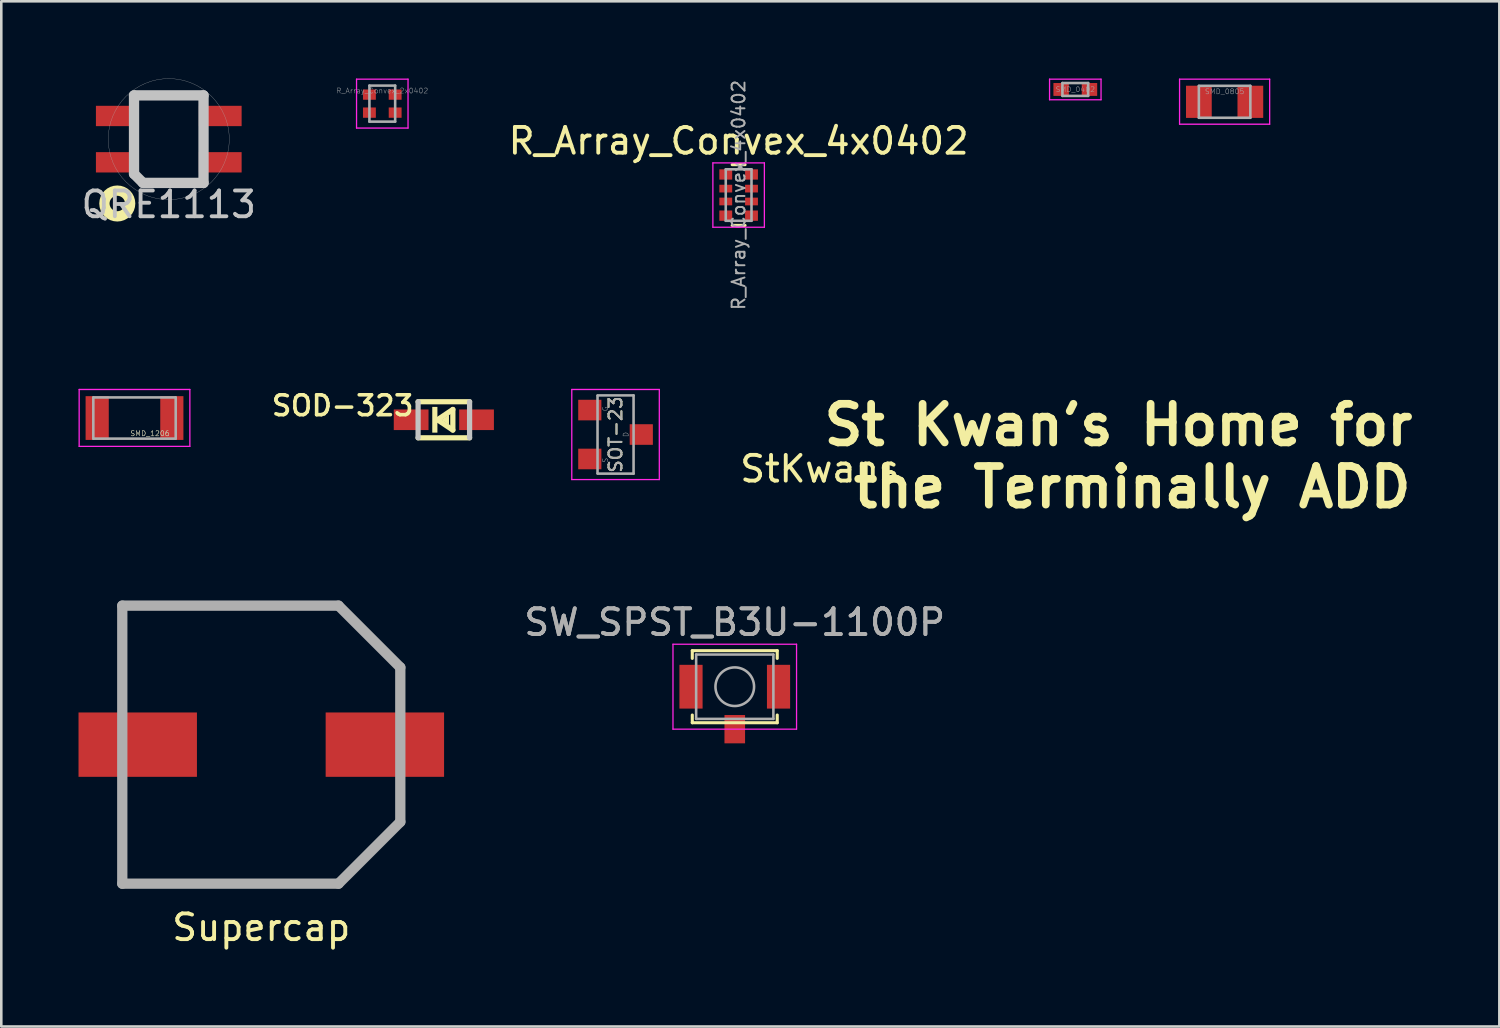
<source format=kicad_pcb>
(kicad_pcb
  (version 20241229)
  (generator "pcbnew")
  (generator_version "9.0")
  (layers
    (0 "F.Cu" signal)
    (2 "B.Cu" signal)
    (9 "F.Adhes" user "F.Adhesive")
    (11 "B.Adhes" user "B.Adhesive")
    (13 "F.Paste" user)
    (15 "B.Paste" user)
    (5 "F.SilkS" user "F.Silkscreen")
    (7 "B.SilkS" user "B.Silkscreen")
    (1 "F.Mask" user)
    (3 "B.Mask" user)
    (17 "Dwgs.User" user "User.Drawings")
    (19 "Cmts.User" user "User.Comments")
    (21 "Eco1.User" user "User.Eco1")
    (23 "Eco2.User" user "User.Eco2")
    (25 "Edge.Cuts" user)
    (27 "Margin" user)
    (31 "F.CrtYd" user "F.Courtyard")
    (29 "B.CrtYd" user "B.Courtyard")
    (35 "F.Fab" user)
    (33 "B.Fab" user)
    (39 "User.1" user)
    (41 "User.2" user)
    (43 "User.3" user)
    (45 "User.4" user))
  (footprint "SW_SPST_B3U-1100P"
    (layer "F.Cu")
    (at 25.492 23.625)
    (property "Reference" "SW_SPST_B3U-1100P" (at 0 -2.5 0) (layer "F.Fab") (effects (font (size 1 1) (thickness 0.15))))
    (attr smd)
    (fp_line (start -1.65 -1.4) (end 1.65 -1.4) (stroke (width 0.12) (type solid)) (layer "F.SilkS"))
    (fp_line (start -1.65 -1.1) (end -1.65 -1.4) (stroke (width 0.12) (type solid)) (layer "F.SilkS"))
    (fp_line (start -1.65 1.1) (end -1.65 1.4) (stroke (width 0.12) (type solid)) (layer "F.SilkS"))
    (fp_line (start -1.65 1.4) (end 1.65 1.4) (stroke (width 0.12) (type solid)) (layer "F.SilkS"))
    (fp_line (start 1.65 -1.4) (end 1.65 -1.1) (stroke (width 0.12) (type solid)) (layer "F.SilkS"))
    (fp_line (start 1.65 1.4) (end 1.65 1.1) (stroke (width 0.12) (type solid)) (layer "F.SilkS"))
    (fp_line (start -2.4 -1.65) (end -2.4 1.65) (stroke (width 0.05) (type solid)) (layer "F.CrtYd"))
    (fp_line (start -2.4 1.65) (end 2.4 1.65) (stroke (width 0.05) (type solid)) (layer "F.CrtYd"))
    (fp_line (start 2.4 -1.65) (end -2.4 -1.65) (stroke (width 0.05) (type solid)) (layer "F.CrtYd"))
    (fp_line (start 2.4 1.65) (end 2.4 -1.65) (stroke (width 0.05) (type solid)) (layer "F.CrtYd"))
    (fp_line (start -1.5 -1.25) (end 1.5 -1.25) (stroke (width 0.1) (type solid)) (layer "F.Fab"))
    (fp_line (start -1.5 1.25) (end -1.5 -1.25) (stroke (width 0.1) (type solid)) (layer "F.Fab"))
    (fp_line (start 1.5 -1.25) (end 1.5 1.25) (stroke (width 0.1) (type solid)) (layer "F.Fab"))
    (fp_line (start 1.5 1.25) (end -1.5 1.25) (stroke (width 0.1) (type solid)) (layer "F.Fab"))
    (fp_circle (center 0 0) (end 0.75 0) (stroke (width 0.1) (type solid)) (fill no) (layer "F.Fab"))
    (fp_text user "${REFERENCE}" (at 0 -2.5 0) (layer "F.Fab") (effects (font (size 1 1) (thickness 0.15))))
    (pad "1" smd rect (at -1.7 0) (size 0.9 1.7) (layers "F.Cu" "F.Mask" "F.Paste"))
    (pad "2" smd rect (at 1.7 0) (size 0.9 1.7) (layers "F.Cu" "F.Mask" "F.Paste"))
    (pad "3" smd rect (at 0 1.65) (size 0.8 1.1) (layers "F.Cu" "F.Mask" "F.Paste")))
  (footprint "StKwans"
    (layer "F.Cu")
    (at 28.806 14.665)
    (property "Reference" "StKwans" (at 0 0.5 0) (layer "F.SilkS") (effects (font (size 1 1) (thickness 0.15))))
    (attr through_hole)
    (fp_text user "St Kwan's Home for\n the Terminally ADD" (at 0 0 0) (layer "F.SilkS") (effects (font (size 1.5 1.5) (thickness 0.3)) (justify left))))
  (footprint "SMD_0805"
    (layer "F.Cu")
    (at 44.52 0.905)
    (property "Reference" "SMD_0805" (at 0 -0.4 0) (layer "F.Fab") (effects (font (size 0.2 0.2) (thickness 0.015))))
    (attr smd)
    (fp_line (start -1.75 -0.88) (end -1.75 0.87) (stroke (width 0.05) (type solid)) (layer "F.CrtYd"))
    (fp_line (start -1.75 -0.88) (end 1.75 -0.88) (stroke (width 0.05) (type solid)) (layer "F.CrtYd"))
    (fp_line (start 1.75 0.87) (end -1.75 0.87) (stroke (width 0.05) (type solid)) (layer "F.CrtYd"))
    (fp_line (start 1.75 0.87) (end 1.75 -0.88) (stroke (width 0.05) (type solid)) (layer "F.CrtYd"))
    (fp_line (start -1 -0.62) (end 1 -0.62) (stroke (width 0.1) (type solid)) (layer "F.Fab"))
    (fp_line (start -1 0.62) (end -1 -0.62) (stroke (width 0.1) (type solid)) (layer "F.Fab"))
    (fp_line (start 1 -0.62) (end 1 0.62) (stroke (width 0.1) (type solid)) (layer "F.Fab"))
    (fp_line (start 1 0.62) (end -1 0.62) (stroke (width 0.1) (type solid)) (layer "F.Fab"))
    (pad "1" smd rect (at -1 0) (size 1 1.25) (layers "F.Cu" "F.Mask" "F.Paste"))
    (pad "2" smd rect (at 1 0) (size 1 1.25) (layers "F.Cu" "F.Mask" "F.Paste")))
  (footprint "SMD_0402"
    (layer "F.Cu")
    (at 38.72 0.425)
    (property "Reference" "SMD_0402" (at 0 0 0) (layer "F.Fab") (effects (font (size 0.2 0.2) (thickness 0.015))))
    (attr smd)
    (fp_line (start -1 -0.4) (end -1 0.4) (stroke (width 0.05) (type solid)) (layer "F.CrtYd"))
    (fp_line (start -1 -0.4) (end 1 -0.4) (stroke (width 0.05) (type solid)) (layer "F.CrtYd"))
    (fp_line (start 1 0.4) (end -1 0.4) (stroke (width 0.05) (type solid)) (layer "F.CrtYd"))
    (fp_line (start 1 0.4) (end 1 -0.4) (stroke (width 0.05) (type solid)) (layer "F.CrtYd"))
    (fp_line (start -0.5 -0.25) (end 0.5 -0.25) (stroke (width 0.1) (type solid)) (layer "F.Fab"))
    (fp_line (start -0.5 0.25) (end -0.5 -0.25) (stroke (width 0.1) (type solid)) (layer "F.Fab"))
    (fp_line (start 0.5 -0.25) (end 0.5 0.25) (stroke (width 0.1) (type solid)) (layer "F.Fab"))
    (fp_line (start 0.5 0.25) (end -0.5 0.25) (stroke (width 0.1) (type solid)) (layer "F.Fab"))
    (pad "1" smd rect (at -0.55 0) (size 0.6 0.5) (layers "F.Cu" "F.Mask" "F.Paste"))
    (pad "2" smd rect (at 0.55 0) (size 0.6 0.5) (layers "F.Cu" "F.Mask" "F.Paste")))
  (footprint "SMD_1206"
    (layer "F.Cu")
    (at 2.175 13.189)
    (property "Reference" "SMD_1206" (at 0.6 0.6 0) (layer "F.SilkS") (effects (font (size 0.2 0.2) (thickness 0.015))))
    (attr smd)
    (fp_line (start -2.15 -1.11) (end -2.15 1.1) (stroke (width 0.05) (type solid)) (layer "F.CrtYd"))
    (fp_line (start -2.15 -1.11) (end 2.15 -1.11) (stroke (width 0.05) (type solid)) (layer "F.CrtYd"))
    (fp_line (start 2.15 1.1) (end -2.15 1.1) (stroke (width 0.05) (type solid)) (layer "F.CrtYd"))
    (fp_line (start 2.15 1.1) (end 2.15 -1.11) (stroke (width 0.05) (type solid)) (layer "F.CrtYd"))
    (fp_line (start -1.6 -0.8) (end 1.6 -0.8) (stroke (width 0.1) (type solid)) (layer "F.Fab"))
    (fp_line (start -1.6 0.8) (end -1.6 -0.8) (stroke (width 0.1) (type solid)) (layer "F.Fab"))
    (fp_line (start 1.6 -0.8) (end 1.6 0.8) (stroke (width 0.1) (type solid)) (layer "F.Fab"))
    (fp_line (start 1.6 0.8) (end -1.6 0.8) (stroke (width 0.1) (type solid)) (layer "F.Fab"))
    (fp_text user "${REFERENCE}" (at 0.6 0.6 0) (layer "F.Fab") (effects (font (size 0.2 0.2) (thickness 0.015))))
    (pad "1" smd rect (at -1.45 0) (size 0.9 1.7) (layers "F.Cu" "F.Mask" "F.Paste"))
    (pad "2" smd rect (at 1.45 0) (size 0.9 1.7) (layers "F.Cu" "F.Mask" "F.Paste")))
  (footprint "QRE1113"
    (layer "F.Cu")
    (at 3.506 2.355)
    (property "Reference" "QRE1113" (at 0 2.54 0) (layer "Dwgs.User") (effects (font (size 1 1) (thickness 0.15))))
    (attr through_hole)
    (fp_circle (center -2 2.5) (end -1.5 2.5) (stroke (width 0.4) (type solid)) (fill no) (layer "F.SilkS"))
    (fp_line (start -1.35 -1.7) (end -1.35 1.35) (stroke (width 0.4) (type solid)) (layer "Dwgs.User"))
    (fp_line (start -1.35 -1.7) (end 1.35 -1.7) (stroke (width 0.4) (type solid)) (layer "Dwgs.User"))
    (fp_line (start -1.35 1.35) (end -1 1.7) (stroke (width 0.4) (type solid)) (layer "Dwgs.User"))
    (fp_line (start -1 1.7) (end 1.35 1.7) (stroke (width 0.4) (type solid)) (layer "Dwgs.User"))
    (fp_line (start 1.35 -1.7) (end 1.35 1.7) (stroke (width 0.4) (type solid)) (layer "Dwgs.User"))
    (fp_circle (center 0 0) (end 2.35 0) (stroke (width 0.01) (type solid)) (fill no) (layer "F.Fab"))
    (pad "1" smd rect (at -2 0.9) (size 1.66 0.79) (layers "F.Cu" "F.Mask" "F.Paste"))
    (pad "2" smd rect (at 2 0.9) (size 1.66 0.79) (layers "F.Cu" "F.Mask" "F.Paste"))
    (pad "3" smd rect (at 2 -0.9) (size 1.66 0.79) (layers "F.Cu" "F.Mask" "F.Paste"))
    (pad "4" smd rect (at -2 -0.9) (size 1.66 0.79) (layers "F.Cu" "F.Mask" "F.Paste")))
  (footprint "SOT-23"
    (layer "F.Cu")
    (at 20.861 13.829)
    (property "Reference" "SOT-23" (at 0 0 90) (layer "F.SilkS") (effects (font (size 0.5 0.5) (thickness 0.075))))
    (attr smd)
    (fp_line (start -1.7 -1.75) (end 1.7 -1.75) (stroke (width 0.05) (type solid)) (layer "F.CrtYd"))
    (fp_line (start -1.7 1.75) (end -1.7 -1.75) (stroke (width 0.05) (type solid)) (layer "F.CrtYd"))
    (fp_line (start 1.7 -1.75) (end 1.7 1.75) (stroke (width 0.05) (type solid)) (layer "F.CrtYd"))
    (fp_line (start 1.7 1.75) (end -1.7 1.75) (stroke (width 0.05) (type solid)) (layer "F.CrtYd"))
    (fp_line (start -0.7 -1.52) (end 0.7 -1.52) (stroke (width 0.1) (type solid)) (layer "F.Fab"))
    (fp_line (start -0.7 -1.5) (end -0.7 1.5) (stroke (width 0.1) (type solid)) (layer "F.Fab"))
    (fp_line (start -0.7 1.52) (end 0.7 1.52) (stroke (width 0.1) (type solid)) (layer "F.Fab"))
    (fp_line (start 0.7 -1.52) (end 0.7 1.52) (stroke (width 0.1) (type solid)) (layer "F.Fab"))
    (fp_text user "${REFERENCE}" (at 0 0 90) (layer "F.Fab") (effects (font (size 0.5 0.5) (thickness 0.075))))
    (fp_text user "D" (at 0.4 0 90) (layer "F.Fab") (effects (font (size 0.2 0.2) (thickness 0.015))))
    (fp_text user "S" (at -0.4 1 90) (layer "F.Fab") (effects (font (size 0.2 0.2) (thickness 0.015))))
    (fp_text user "G" (at -0.4 -1 90) (layer "F.Fab") (effects (font (size 0.2 0.2) (thickness 0.015))))
    (pad "1" smd rect (at -1 -0.95) (size 0.9 0.8) (layers "F.Cu" "F.Mask" "F.Paste"))
    (pad "2" smd rect (at -1 0.95) (size 0.9 0.8) (layers "F.Cu" "F.Mask" "F.Paste"))
    (pad "3" smd rect (at 1 0) (size 0.9 0.8) (layers "F.Cu" "F.Mask" "F.Paste")))
  (footprint "SOD-323"
    (layer "F.Cu")
    (at 14.191 13.256)
    (property "Reference" "SOD-323" (at -1.1 -1 180) (layer "F.SilkS") (effects (font (size 0.772 0.772) (thickness 0.139)) (justify right top)))
    (attr through_hole)
    (fp_line (start -1 -0.7) (end 1 -0.7) (stroke (width 0.203) (type solid)) (layer "F.SilkS"))
    (fp_line (start -0.25 0) (end 0.35 -0.4) (stroke (width 0.203) (type solid)) (layer "F.SilkS"))
    (fp_line (start 0.35 -0.4) (end 0.35 0.4) (stroke (width 0.203) (type solid)) (layer "F.SilkS"))
    (fp_line (start 0.35 0.4) (end -0.25 0) (stroke (width 0.203) (type solid)) (layer "F.SilkS"))
    (fp_line (start 1 0.7) (end -1 0.7) (stroke (width 0.203) (type solid)) (layer "F.SilkS"))
    (fp_poly (pts (xy -0.1 0) (xy 0.2 -0.2) (xy 0.2 0.2)) (stroke (width 0) (type solid)) (fill yes) (layer "F.SilkS"))
    (fp_poly (pts (xy -0.45 0.5) (xy -0.25 0.5) (xy -0.25 -0.5) (xy -0.45 -0.5)) (stroke (width 0) (type solid)) (fill yes) (layer "F.SilkS"))
    (fp_line (start -1 0.7) (end -1 -0.7) (stroke (width 0.203) (type solid)) (layer "Dwgs.User"))
    (fp_line (start 1 -0.7) (end 1 0.7) (stroke (width 0.203) (type solid)) (layer "Dwgs.User"))
    (pad "1" smd rect (at -1.27 0) (size 1.35 0.8) (layers "F.Cu" "F.Mask" "F.Paste"))
    (pad "2" smd rect (at 1.27 0) (size 1.35 0.8) (layers "F.Cu" "F.Mask" "F.Paste")))
  (footprint "Supercap"
    (layer "F.Cu")
    (at 7.1 25.876)
    (property "Reference" "Supercap" (at 0 7.1 0) (layer "F.SilkS") (effects (font (size 1 1) (thickness 0.15))))
    (attr through_hole)
    (fp_line (start -5.4 -5.4) (end -5.4 5.4) (stroke (width 0.4) (type solid)) (layer "F.Fab"))
    (fp_line (start -5.4 5.4) (end 3 5.4) (stroke (width 0.4) (type solid)) (layer "F.Fab"))
    (fp_line (start 3 -5.4) (end -5.4 -5.4) (stroke (width 0.4) (type solid)) (layer "F.Fab"))
    (fp_line (start 3 5.4) (end 5.4 3) (stroke (width 0.4) (type solid)) (layer "F.Fab"))
    (fp_line (start 5.4 -3) (end 3 -5.4) (stroke (width 0.4) (type solid)) (layer "F.Fab"))
    (fp_line (start 5.4 3) (end 5.4 -3) (stroke (width 0.4) (type solid)) (layer "F.Fab"))
    (pad "1" smd rect (at 4.8 0) (size 4.6 2.5) (layers "F.Cu" "F.Mask" "F.Paste"))
    (pad "2" smd rect (at -4.8 0) (size 4.6 2.5) (layers "F.Cu" "F.Mask" "F.Paste")))
  (footprint "R_Array_Convex_2x0402"
    (layer "F.Cu")
    (at 11.8 0.975)
    (property "Reference" "R_Array_Convex_2x0402" (at 0 -0.5 0) (layer "F.Fab") (effects (font (size 0.2 0.2) (thickness 0.015))))
    (attr smd)
    (fp_line (start -1 -0.95) (end -1 0.95) (stroke (width 0.05) (type solid)) (layer "F.CrtYd"))
    (fp_line (start -1 -0.95) (end 1 -0.95) (stroke (width 0.05) (type solid)) (layer "F.CrtYd"))
    (fp_line (start 1 0.95) (end -1 0.95) (stroke (width 0.05) (type solid)) (layer "F.CrtYd"))
    (fp_line (start 1 0.95) (end 1 -0.95) (stroke (width 0.05) (type solid)) (layer "F.CrtYd"))
    (fp_line (start -0.5 -0.7) (end -0.5 0.7) (stroke (width 0.1) (type solid)) (layer "F.Fab"))
    (fp_line (start -0.5 0.7) (end 0.5 0.7) (stroke (width 0.1) (type solid)) (layer "F.Fab"))
    (fp_line (start 0.5 -0.7) (end -0.5 -0.7) (stroke (width 0.1) (type solid)) (layer "F.Fab"))
    (fp_line (start 0.5 0.7) (end 0.5 -0.7) (stroke (width 0.1) (type solid)) (layer "F.Fab"))
    (pad "1" smd rect (at -0.5 -0.35) (size 0.5 0.4) (layers "F.Cu" "F.Mask" "F.Paste"))
    (pad "2" smd rect (at -0.5 0.35) (size 0.5 0.4) (layers "F.Cu" "F.Mask" "F.Paste"))
    (pad "3" smd rect (at 0.5 0.35) (size 0.5 0.4) (layers "F.Cu" "F.Mask" "F.Paste"))
    (pad "4" smd rect (at 0.5 -0.35) (size 0.5 0.4) (layers "F.Cu" "F.Mask" "F.Paste")))
  (footprint "R_Array_Convex_4x0402"
    (layer "F.Cu")
    (at 25.642 4.527)
    (property "Reference" "R_Array_Convex_4x0402" (at 0 -2.1 0) (layer "F.SilkS") (effects (font (size 1 1) (thickness 0.15))))
    (attr smd)
    (fp_line (start 0.25 -1.18) (end -0.25 -1.18) (stroke (width 0.12) (type solid)) (layer "F.SilkS"))
    (fp_line (start 0.25 1.18) (end -0.25 1.18) (stroke (width 0.12) (type solid)) (layer "F.SilkS"))
    (fp_line (start -1 -1.25) (end -1 1.25) (stroke (width 0.05) (type solid)) (layer "F.CrtYd"))
    (fp_line (start -1 -1.25) (end 1 -1.25) (stroke (width 0.05) (type solid)) (layer "F.CrtYd"))
    (fp_line (start 1 1.25) (end -1 1.25) (stroke (width 0.05) (type solid)) (layer "F.CrtYd"))
    (fp_line (start 1 1.25) (end 1 -1.25) (stroke (width 0.05) (type solid)) (layer "F.CrtYd"))
    (fp_line (start -0.5 -1) (end 0.5 -1) (stroke (width 0.1) (type solid)) (layer "F.Fab"))
    (fp_line (start -0.5 1) (end -0.5 -1) (stroke (width 0.1) (type solid)) (layer "F.Fab"))
    (fp_line (start 0.5 -1) (end 0.5 1) (stroke (width 0.1) (type solid)) (layer "F.Fab"))
    (fp_line (start 0.5 1) (end -0.5 1) (stroke (width 0.1) (type solid)) (layer "F.Fab"))
    (fp_text user "${REFERENCE}" (at 0 0 90) (layer "F.Fab") (effects (font (size 0.5 0.5) (thickness 0.075))))
    (pad "1" smd rect (at -0.5 -0.8) (size 0.5 0.4) (layers "F.Cu" "F.Mask" "F.Paste"))
    (pad "2" smd rect (at -0.5 -0.25) (size 0.5 0.3) (layers "F.Cu" "F.Mask" "F.Paste"))
    (pad "3" smd rect (at -0.5 0.25) (size 0.5 0.3) (layers "F.Cu" "F.Mask" "F.Paste"))
    (pad "4" smd rect (at -0.5 0.8) (size 0.5 0.4) (layers "F.Cu" "F.Mask" "F.Paste"))
    (pad "5" smd rect (at 0.5 0.8) (size 0.5 0.4) (layers "F.Cu" "F.Mask" "F.Paste"))
    (pad "6" smd rect (at 0.5 0.25) (size 0.5 0.3) (layers "F.Cu" "F.Mask" "F.Paste"))
    (pad "7" smd rect (at 0.5 -0.25) (size 0.5 0.3) (layers "F.Cu" "F.Mask" "F.Paste"))
    (pad "8" smd rect (at 0.5 -0.8) (size 0.5 0.4) (layers "F.Cu" "F.Mask" "F.Paste")))
  (gr_rect
    (start -3 -3)
    (end 55.192 36.825)
    (stroke (width 0.1) (type default))
    (fill no)
    (layer "Edge.Cuts")))
</source>
